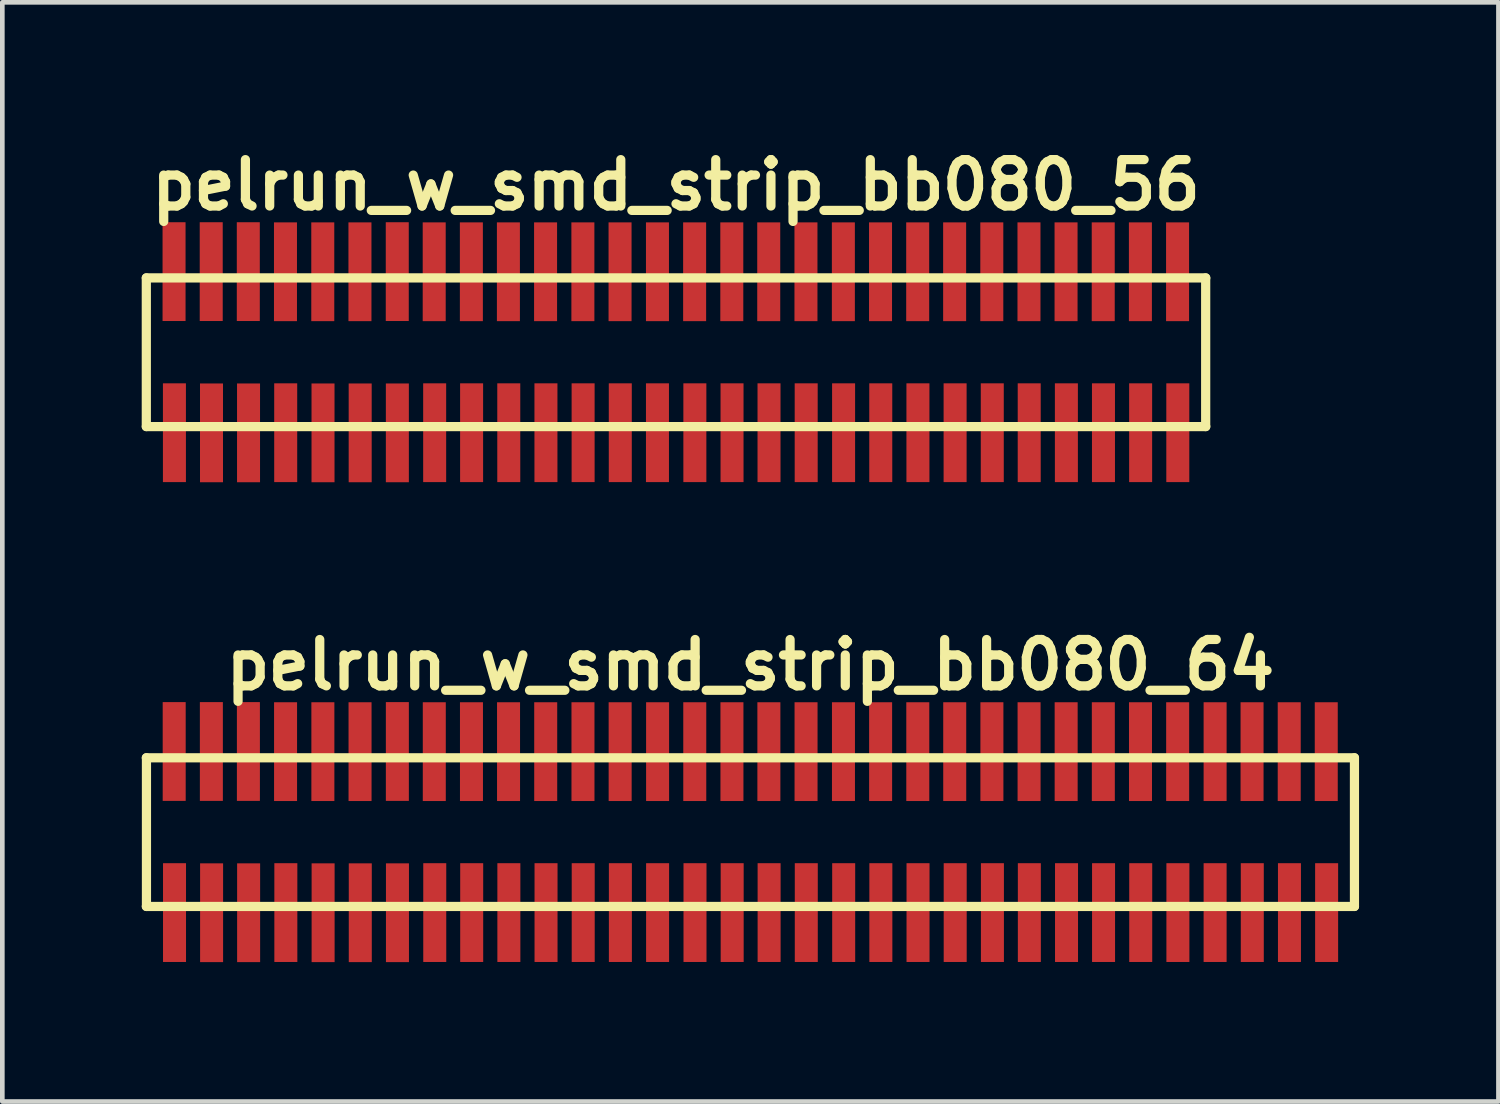
<source format=kicad_pcb>
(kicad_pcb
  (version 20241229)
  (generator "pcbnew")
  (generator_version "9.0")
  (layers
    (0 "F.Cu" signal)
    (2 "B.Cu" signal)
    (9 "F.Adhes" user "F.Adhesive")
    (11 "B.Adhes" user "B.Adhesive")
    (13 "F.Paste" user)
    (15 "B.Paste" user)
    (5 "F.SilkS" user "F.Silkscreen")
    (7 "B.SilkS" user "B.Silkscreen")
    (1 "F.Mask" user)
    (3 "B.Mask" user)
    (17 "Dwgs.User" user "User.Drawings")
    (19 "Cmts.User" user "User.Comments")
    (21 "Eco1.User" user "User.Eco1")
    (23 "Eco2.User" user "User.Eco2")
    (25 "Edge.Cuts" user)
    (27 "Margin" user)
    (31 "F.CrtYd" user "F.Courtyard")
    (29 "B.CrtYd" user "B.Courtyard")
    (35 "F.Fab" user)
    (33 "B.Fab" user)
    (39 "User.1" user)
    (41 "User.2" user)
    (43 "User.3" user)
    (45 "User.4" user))
  (footprint "pelrun_w_smd_strip_bb080_64"
    (layer "F.Cu")
    (at 13.099 14.859)
    (property "Reference" "pelrun_w_smd_strip_bb080_64" (at 0 -3.599 0) (layer "F.SilkS") (effects (font (size 0.998 0.998) (thickness 0.198))))
    (attr through_hole)
    (fp_line (start -13 1.6) (end 13.002 1.6) (stroke (width 0.198) (type solid)) (layer "F.SilkS"))
    (fp_line (start -12.997 -1.6) (end -12.997 1.6) (stroke (width 0.198) (type solid)) (layer "F.SilkS"))
    (fp_line (start 13.002 -1.6) (end -13 -1.6) (stroke (width 0.198) (type solid)) (layer "F.SilkS"))
    (fp_line (start 13.002 1.6) (end 13.002 -1.6) (stroke (width 0.198) (type solid)) (layer "F.SilkS"))
    (pad "1" smd rect (at -12.393 1.732) (size 0.495 2.126) (layers "F.Cu" "F.Mask" "F.Paste"))
    (pad "2" smd rect (at -12.4 -1.735) (size 0.495 2.126) (layers "F.Cu" "F.Mask" "F.Paste"))
    (pad "3" smd rect (at -11.595 1.735) (size 0.495 2.126) (layers "F.Cu" "F.Mask" "F.Paste"))
    (pad "4" smd rect (at -11.6 -1.735) (size 0.495 2.126) (layers "F.Cu" "F.Mask" "F.Paste"))
    (pad "5" smd rect (at -10.798 1.735) (size 0.495 2.126) (layers "F.Cu" "F.Mask" "F.Paste"))
    (pad "6" smd rect (at -10.803 -1.735) (size 0.495 2.126) (layers "F.Cu" "F.Mask" "F.Paste"))
    (pad "7" smd rect (at -9.997 1.732) (size 0.495 2.126) (layers "F.Cu" "F.Mask" "F.Paste"))
    (pad "8" smd rect (at -10.003 -1.732) (size 0.495 2.126) (layers "F.Cu" "F.Mask" "F.Paste"))
    (pad "9" smd rect (at -9.195 1.735) (size 0.495 2.126) (layers "F.Cu" "F.Mask" "F.Paste"))
    (pad "10" smd rect (at -9.2 -1.732) (size 0.495 2.126) (layers "F.Cu" "F.Mask" "F.Paste"))
    (pad "11" smd rect (at -8.395 1.735) (size 0.495 2.126) (layers "F.Cu" "F.Mask" "F.Paste"))
    (pad "12" smd rect (at -8.4 -1.732) (size 0.495 2.126) (layers "F.Cu" "F.Mask" "F.Paste"))
    (pad "13" smd rect (at -7.595 1.735) (size 0.495 2.126) (layers "F.Cu" "F.Mask" "F.Paste"))
    (pad "14" smd rect (at -7.597 -1.735) (size 0.495 2.126) (layers "F.Cu" "F.Mask" "F.Paste"))
    (pad "15" smd rect (at -6.792 1.732) (size 0.495 2.126) (layers "F.Cu" "F.Mask" "F.Paste"))
    (pad "16" smd rect (at -6.802 -1.732) (size 0.495 2.126) (layers "F.Cu" "F.Mask" "F.Paste"))
    (pad "17" smd rect (at -5.997 1.732) (size 0.495 2.126) (layers "F.Cu" "F.Mask" "F.Paste"))
    (pad "18" smd rect (at -6.002 -1.732) (size 0.495 2.126) (layers "F.Cu" "F.Mask" "F.Paste"))
    (pad "19" smd rect (at -5.197 1.732) (size 0.495 2.126) (layers "F.Cu" "F.Mask" "F.Paste"))
    (pad "20" smd rect (at -5.204 -1.732) (size 0.495 2.126) (layers "F.Cu" "F.Mask" "F.Paste"))
    (pad "21" smd rect (at -4.397 1.732) (size 0.495 2.126) (layers "F.Cu" "F.Mask" "F.Paste"))
    (pad "22" smd rect (at -4.404 -1.732) (size 0.495 2.126) (layers "F.Cu" "F.Mask" "F.Paste"))
    (pad "23" smd rect (at -3.597 1.732) (size 0.495 2.126) (layers "F.Cu" "F.Mask" "F.Paste"))
    (pad "24" smd rect (at -3.602 -1.732) (size 0.495 2.126) (layers "F.Cu" "F.Mask" "F.Paste"))
    (pad "25" smd rect (at -2.797 1.732) (size 0.495 2.126) (layers "F.Cu" "F.Mask" "F.Paste"))
    (pad "26" smd rect (at -2.802 -1.732) (size 0.495 2.126) (layers "F.Cu" "F.Mask" "F.Paste"))
    (pad "27" smd rect (at -1.996 1.732) (size 0.495 2.126) (layers "F.Cu" "F.Mask" "F.Paste"))
    (pad "28" smd rect (at -1.996 -1.732) (size 0.495 2.126) (layers "F.Cu" "F.Mask" "F.Paste"))
    (pad "29" smd rect (at -1.191 1.732) (size 0.495 2.126) (layers "F.Cu" "F.Mask" "F.Paste"))
    (pad "30" smd rect (at -1.196 -1.732) (size 0.495 2.126) (layers "F.Cu" "F.Mask" "F.Paste"))
    (pad "31" smd rect (at -0.391 1.732) (size 0.495 2.126) (layers "F.Cu" "F.Mask" "F.Paste"))
    (pad "32" smd rect (at -0.396 -1.732) (size 0.495 2.126) (layers "F.Cu" "F.Mask" "F.Paste"))
    (pad "33" smd rect (at 0.404 1.732) (size 0.495 2.126) (layers "F.Cu" "F.Mask" "F.Paste"))
    (pad "34" smd rect (at 0.399 -1.732) (size 0.495 2.126) (layers "F.Cu" "F.Mask" "F.Paste"))
    (pad "35" smd rect (at 1.204 1.732) (size 0.495 2.126) (layers "F.Cu" "F.Mask" "F.Paste"))
    (pad "36" smd rect (at 1.199 -1.732) (size 0.495 2.126) (layers "F.Cu" "F.Mask" "F.Paste"))
    (pad "37" smd rect (at 2.009 1.732) (size 0.495 2.126) (layers "F.Cu" "F.Mask" "F.Paste"))
    (pad "38" smd rect (at 2.004 -1.732) (size 0.495 2.126) (layers "F.Cu" "F.Mask" "F.Paste"))
    (pad "39" smd rect (at 2.809 1.732) (size 0.495 2.126) (layers "F.Cu" "F.Mask" "F.Paste"))
    (pad "40" smd rect (at 2.804 -1.732) (size 0.495 2.126) (layers "F.Cu" "F.Mask" "F.Paste"))
    (pad "41" smd rect (at 3.609 1.732) (size 0.495 2.126) (layers "F.Cu" "F.Mask" "F.Paste"))
    (pad "42" smd rect (at 3.604 -1.732) (size 0.495 2.126) (layers "F.Cu" "F.Mask" "F.Paste"))
    (pad "43" smd rect (at 4.409 1.732) (size 0.495 2.126) (layers "F.Cu" "F.Mask" "F.Paste"))
    (pad "44" smd rect (at 4.399 -1.732) (size 0.495 2.126) (layers "F.Cu" "F.Mask" "F.Paste"))
    (pad "45" smd rect (at 5.21 1.732) (size 0.495 2.126) (layers "F.Cu" "F.Mask" "F.Paste"))
    (pad "46" smd rect (at 5.199 -1.732) (size 0.495 2.126) (layers "F.Cu" "F.Mask" "F.Paste"))
    (pad "47" smd rect (at 6.005 1.732) (size 0.495 2.126) (layers "F.Cu" "F.Mask" "F.Paste"))
    (pad "48" smd rect (at 5.999 -1.732) (size 0.495 2.126) (layers "F.Cu" "F.Mask" "F.Paste"))
    (pad "49" smd rect (at 6.805 1.732) (size 0.495 2.126) (layers "F.Cu" "F.Mask" "F.Paste"))
    (pad "50" smd rect (at 6.797 -1.732) (size 0.495 2.126) (layers "F.Cu" "F.Mask" "F.Paste"))
    (pad "51" smd rect (at 7.602 1.732) (size 0.495 2.126) (layers "F.Cu" "F.Mask" "F.Paste"))
    (pad "52" smd rect (at 7.597 -1.732) (size 0.495 2.126) (layers "F.Cu" "F.Mask" "F.Paste"))
    (pad "53" smd rect (at 8.402 1.732) (size 0.495 2.126) (layers "F.Cu" "F.Mask" "F.Paste"))
    (pad "54" smd rect (at 8.397 -1.732) (size 0.495 2.126) (layers "F.Cu" "F.Mask" "F.Paste"))
    (pad "55" smd rect (at 9.202 1.732) (size 0.495 2.126) (layers "F.Cu" "F.Mask" "F.Paste"))
    (pad "56" smd rect (at 9.197 -1.732) (size 0.495 2.126) (layers "F.Cu" "F.Mask" "F.Paste"))
    (pad "57" smd rect (at 10.003 1.732) (size 0.495 2.126) (layers "F.Cu" "F.Mask" "F.Paste"))
    (pad "58" smd rect (at 10.003 -1.732) (size 0.495 2.126) (layers "F.Cu" "F.Mask" "F.Paste"))
    (pad "59" smd rect (at 10.803 1.732) (size 0.495 2.126) (layers "F.Cu" "F.Mask" "F.Paste"))
    (pad "60" smd rect (at 10.798 -1.732) (size 0.495 2.126) (layers "F.Cu" "F.Mask" "F.Paste"))
    (pad "61" smd rect (at 11.603 1.732) (size 0.495 2.126) (layers "F.Cu" "F.Mask" "F.Paste"))
    (pad "62" smd rect (at 11.598 -1.732) (size 0.495 2.126) (layers "F.Cu" "F.Mask" "F.Paste"))
    (pad "63" smd rect (at 12.403 1.732) (size 0.495 2.126) (layers "F.Cu" "F.Mask" "F.Paste"))
    (pad "64" smd rect (at 12.395 -1.732) (size 0.495 2.126) (layers "F.Cu" "F.Mask" "F.Paste")))
  (footprint "pelrun_w_smd_strip_bb080_56"
    (layer "F.Cu")
    (at 11.499 4.531)
    (property "Reference" "pelrun_w_smd_strip_bb080_56" (at 0 -3.599 0) (layer "F.SilkS") (effects (font (size 0.998 0.998) (thickness 0.198))))
    (attr through_hole)
    (fp_line (start -11.4 -1.6) (end -11.4 1.6) (stroke (width 0.198) (type solid)) (layer "F.SilkS"))
    (fp_line (start -11.4 -1.6) (end 11.402 -1.6) (stroke (width 0.198) (type solid)) (layer "F.SilkS"))
    (fp_line (start 11.4 1.6) (end 11.4 -1.6) (stroke (width 0.198) (type solid)) (layer "F.SilkS"))
    (fp_line (start 11.402 1.6) (end -11.4 1.6) (stroke (width 0.198) (type solid)) (layer "F.SilkS"))
    (pad "1" smd rect (at -10.795 1.732) (size 0.495 2.126) (layers "F.Cu" "F.Mask" "F.Paste"))
    (pad "2" smd rect (at -10.803 -1.735) (size 0.495 2.126) (layers "F.Cu" "F.Mask" "F.Paste"))
    (pad "3" smd rect (at -9.997 1.735) (size 0.495 2.126) (layers "F.Cu" "F.Mask" "F.Paste"))
    (pad "4" smd rect (at -10.003 -1.735) (size 0.495 2.126) (layers "F.Cu" "F.Mask" "F.Paste"))
    (pad "5" smd rect (at -9.2 1.735) (size 0.495 2.126) (layers "F.Cu" "F.Mask" "F.Paste"))
    (pad "6" smd rect (at -9.205 -1.735) (size 0.495 2.126) (layers "F.Cu" "F.Mask" "F.Paste"))
    (pad "7" smd rect (at -8.4 1.732) (size 0.495 2.126) (layers "F.Cu" "F.Mask" "F.Paste"))
    (pad "8" smd rect (at -8.405 -1.732) (size 0.495 2.126) (layers "F.Cu" "F.Mask" "F.Paste"))
    (pad "9" smd rect (at -7.597 1.735) (size 0.495 2.126) (layers "F.Cu" "F.Mask" "F.Paste"))
    (pad "10" smd rect (at -7.602 -1.732) (size 0.495 2.126) (layers "F.Cu" "F.Mask" "F.Paste"))
    (pad "11" smd rect (at -6.797 1.735) (size 0.495 2.126) (layers "F.Cu" "F.Mask" "F.Paste"))
    (pad "12" smd rect (at -6.802 -1.732) (size 0.495 2.126) (layers "F.Cu" "F.Mask" "F.Paste"))
    (pad "13" smd rect (at -5.997 1.735) (size 0.495 2.126) (layers "F.Cu" "F.Mask" "F.Paste"))
    (pad "14" smd rect (at -5.999 -1.735) (size 0.495 2.126) (layers "F.Cu" "F.Mask" "F.Paste"))
    (pad "15" smd rect (at -5.194 1.732) (size 0.495 2.126) (layers "F.Cu" "F.Mask" "F.Paste"))
    (pad "16" smd rect (at -5.204 -1.732) (size 0.495 2.126) (layers "F.Cu" "F.Mask" "F.Paste"))
    (pad "17" smd rect (at -4.399 1.732) (size 0.495 2.126) (layers "F.Cu" "F.Mask" "F.Paste"))
    (pad "18" smd rect (at -4.404 -1.732) (size 0.495 2.126) (layers "F.Cu" "F.Mask" "F.Paste"))
    (pad "19" smd rect (at -3.599 1.732) (size 0.495 2.126) (layers "F.Cu" "F.Mask" "F.Paste"))
    (pad "20" smd rect (at -3.607 -1.732) (size 0.495 2.126) (layers "F.Cu" "F.Mask" "F.Paste"))
    (pad "21" smd rect (at -2.799 1.732) (size 0.495 2.126) (layers "F.Cu" "F.Mask" "F.Paste"))
    (pad "22" smd rect (at -2.807 -1.732) (size 0.495 2.126) (layers "F.Cu" "F.Mask" "F.Paste"))
    (pad "23" smd rect (at -1.999 1.732) (size 0.495 2.126) (layers "F.Cu" "F.Mask" "F.Paste"))
    (pad "24" smd rect (at -2.004 -1.732) (size 0.495 2.126) (layers "F.Cu" "F.Mask" "F.Paste"))
    (pad "25" smd rect (at -1.199 1.732) (size 0.495 2.126) (layers "F.Cu" "F.Mask" "F.Paste"))
    (pad "26" smd rect (at -1.204 -1.732) (size 0.495 2.126) (layers "F.Cu" "F.Mask" "F.Paste"))
    (pad "27" smd rect (at -0.399 1.732) (size 0.495 2.126) (layers "F.Cu" "F.Mask" "F.Paste"))
    (pad "28" smd rect (at -0.399 -1.732) (size 0.495 2.126) (layers "F.Cu" "F.Mask" "F.Paste"))
    (pad "29" smd rect (at 0.406 1.732) (size 0.495 2.126) (layers "F.Cu" "F.Mask" "F.Paste"))
    (pad "30" smd rect (at 0.401 -1.732) (size 0.495 2.126) (layers "F.Cu" "F.Mask" "F.Paste"))
    (pad "31" smd rect (at 1.206 1.732) (size 0.495 2.126) (layers "F.Cu" "F.Mask" "F.Paste"))
    (pad "32" smd rect (at 1.201 -1.732) (size 0.495 2.126) (layers "F.Cu" "F.Mask" "F.Paste"))
    (pad "33" smd rect (at 2.002 1.732) (size 0.495 2.126) (layers "F.Cu" "F.Mask" "F.Paste"))
    (pad "34" smd rect (at 1.996 -1.732) (size 0.495 2.126) (layers "F.Cu" "F.Mask" "F.Paste"))
    (pad "35" smd rect (at 2.802 1.732) (size 0.495 2.126) (layers "F.Cu" "F.Mask" "F.Paste"))
    (pad "36" smd rect (at 2.797 -1.732) (size 0.495 2.126) (layers "F.Cu" "F.Mask" "F.Paste"))
    (pad "37" smd rect (at 3.607 1.732) (size 0.495 2.126) (layers "F.Cu" "F.Mask" "F.Paste"))
    (pad "38" smd rect (at 3.602 -1.732) (size 0.495 2.126) (layers "F.Cu" "F.Mask" "F.Paste"))
    (pad "39" smd rect (at 4.407 1.732) (size 0.495 2.126) (layers "F.Cu" "F.Mask" "F.Paste"))
    (pad "40" smd rect (at 4.402 -1.732) (size 0.495 2.126) (layers "F.Cu" "F.Mask" "F.Paste"))
    (pad "41" smd rect (at 5.207 1.732) (size 0.495 2.126) (layers "F.Cu" "F.Mask" "F.Paste"))
    (pad "42" smd rect (at 5.202 -1.732) (size 0.495 2.126) (layers "F.Cu" "F.Mask" "F.Paste"))
    (pad "43" smd rect (at 6.007 1.732) (size 0.495 2.126) (layers "F.Cu" "F.Mask" "F.Paste"))
    (pad "44" smd rect (at 5.997 -1.732) (size 0.495 2.126) (layers "F.Cu" "F.Mask" "F.Paste"))
    (pad "45" smd rect (at 6.807 1.732) (size 0.495 2.126) (layers "F.Cu" "F.Mask" "F.Paste"))
    (pad "46" smd rect (at 6.797 -1.732) (size 0.495 2.126) (layers "F.Cu" "F.Mask" "F.Paste"))
    (pad "47" smd rect (at 7.602 1.732) (size 0.495 2.126) (layers "F.Cu" "F.Mask" "F.Paste"))
    (pad "48" smd rect (at 7.597 -1.732) (size 0.495 2.126) (layers "F.Cu" "F.Mask" "F.Paste"))
    (pad "49" smd rect (at 8.402 1.732) (size 0.495 2.126) (layers "F.Cu" "F.Mask" "F.Paste"))
    (pad "50" smd rect (at 8.395 -1.732) (size 0.495 2.126) (layers "F.Cu" "F.Mask" "F.Paste"))
    (pad "51" smd rect (at 9.2 1.732) (size 0.495 2.126) (layers "F.Cu" "F.Mask" "F.Paste"))
    (pad "52" smd rect (at 9.195 -1.732) (size 0.495 2.126) (layers "F.Cu" "F.Mask" "F.Paste"))
    (pad "53" smd rect (at 10 1.732) (size 0.495 2.126) (layers "F.Cu" "F.Mask" "F.Paste"))
    (pad "54" smd rect (at 9.995 -1.732) (size 0.495 2.126) (layers "F.Cu" "F.Mask" "F.Paste"))
    (pad "55" smd rect (at 10.8 1.732) (size 0.495 2.126) (layers "F.Cu" "F.Mask" "F.Paste"))
    (pad "56" smd rect (at 10.795 -1.732) (size 0.495 2.126) (layers "F.Cu" "F.Mask" "F.Paste")))
  (gr_rect
    (start -3 -3)
    (end 29.2 20.657)
    (stroke (width 0.1) (type default))
    (fill no)
    (layer "Edge.Cuts")))
</source>
